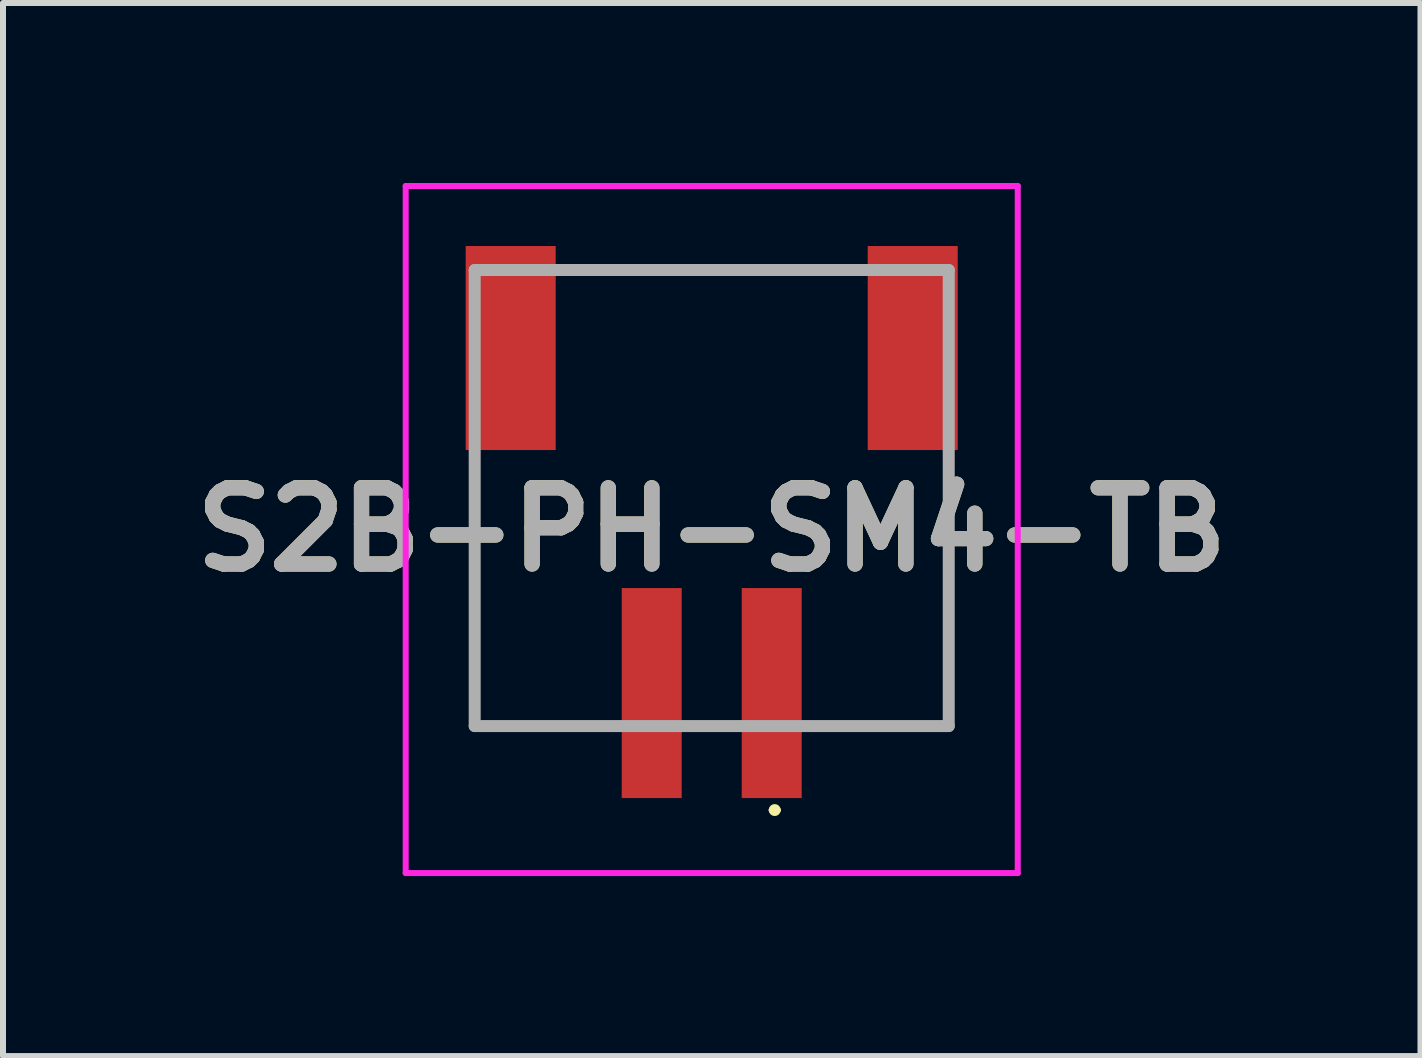
<source format=kicad_pcb>
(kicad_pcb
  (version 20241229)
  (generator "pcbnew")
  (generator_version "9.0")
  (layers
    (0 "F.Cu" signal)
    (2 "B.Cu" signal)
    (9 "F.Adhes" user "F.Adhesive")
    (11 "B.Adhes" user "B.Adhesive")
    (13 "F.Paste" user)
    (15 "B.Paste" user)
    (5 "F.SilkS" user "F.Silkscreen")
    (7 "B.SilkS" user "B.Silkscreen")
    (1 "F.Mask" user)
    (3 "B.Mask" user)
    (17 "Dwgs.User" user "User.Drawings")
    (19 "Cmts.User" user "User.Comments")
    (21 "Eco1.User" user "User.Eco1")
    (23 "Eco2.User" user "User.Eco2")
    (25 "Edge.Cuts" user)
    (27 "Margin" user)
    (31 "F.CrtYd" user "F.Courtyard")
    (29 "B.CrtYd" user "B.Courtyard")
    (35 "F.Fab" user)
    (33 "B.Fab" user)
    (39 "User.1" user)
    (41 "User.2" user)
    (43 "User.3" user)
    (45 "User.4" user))
  (footprint "S2B-PH-SM4-TB"
    (layer "F.Cu")
    (at 8.811 5.25)
    (property "Reference" "S2B-PH-SM4-TB" (at 0 0.525 0) (layer "F.SilkS") (effects (font (size 1.27 1.27) (thickness 0.254))))
    (attr smd)
    (fp_line (start -3.95 3.8) (end -3.95 -0.4) (stroke (width 0.1) (type solid)) (layer "F.SilkS"))
    (fp_line (start -2 3.8) (end -3.95 3.8) (stroke (width 0.1) (type solid)) (layer "F.SilkS"))
    (fp_line (start 1 5.2) (end 1 5.2) (stroke (width 0.1) (type solid)) (layer "F.SilkS"))
    (fp_line (start 1.1 5.2) (end 1.1 5.2) (stroke (width 0.1) (type solid)) (layer "F.SilkS"))
    (fp_line (start 2.2 -3.8) (end -2 -3.8) (stroke (width 0.1) (type solid)) (layer "F.SilkS"))
    (fp_line (start 3.95 -0.4) (end 3.95 3.8) (stroke (width 0.1) (type solid)) (layer "F.SilkS"))
    (fp_line (start 3.95 3.8) (end 2 3.8) (stroke (width 0.1) (type solid)) (layer "F.SilkS"))
    (fp_arc (start 1 5.2) (mid 1.05 5.15) (end 1.1 5.2) (stroke (width 0.1) (type solid)) (layer "F.SilkS"))
    (fp_arc (start 1.1 5.2) (mid 1.05 5.25) (end 1 5.2) (stroke (width 0.1) (type solid)) (layer "F.SilkS"))
    (fp_line (start -5.1 -5.2) (end -5.1 6.25) (stroke (width 0.1) (type solid)) (layer "F.CrtYd"))
    (fp_line (start -5.1 6.25) (end 5.1 6.25) (stroke (width 0.1) (type solid)) (layer "F.CrtYd"))
    (fp_line (start 5.1 -5.2) (end -5.1 -5.2) (stroke (width 0.1) (type solid)) (layer "F.CrtYd"))
    (fp_line (start 5.1 6.25) (end 5.1 -5.2) (stroke (width 0.1) (type solid)) (layer "F.CrtYd"))
    (fp_line (start -3.95 -3.8) (end -3.95 3.8) (stroke (width 0.2) (type solid)) (layer "F.Fab"))
    (fp_line (start -3.95 3.8) (end 3.95 3.8) (stroke (width 0.2) (type solid)) (layer "F.Fab"))
    (fp_line (start 3.95 -3.8) (end -3.95 -3.8) (stroke (width 0.2) (type solid)) (layer "F.Fab"))
    (fp_line (start 3.95 3.8) (end 3.95 -3.8) (stroke (width 0.2) (type solid)) (layer "F.Fab"))
    (fp_text user "${REFERENCE}" (at 0 0.525 0) (layer "F.Fab") (effects (font (size 1.27 1.27) (thickness 0.254))))
    (pad "1" smd rect (at 1 3.25) (size 1 3.5) (layers "F.Cu" "F.Mask" "F.Paste"))
    (pad "2" smd rect (at -1 3.25) (size 1 3.5) (layers "F.Cu" "F.Mask" "F.Paste"))
    (pad "MP1" smd rect (at 3.35 -2.5) (size 1.5 3.4) (layers "F.Cu" "F.Mask" "F.Paste"))
    (pad "MP2" smd rect (at -3.35 -2.5) (size 1.5 3.4) (layers "F.Cu" "F.Mask" "F.Paste")))
  (gr_rect
    (start -3 -3)
    (end 20.623 14.55)
    (stroke (width 0.1) (type default))
    (fill no)
    (layer "Edge.Cuts")))
</source>
